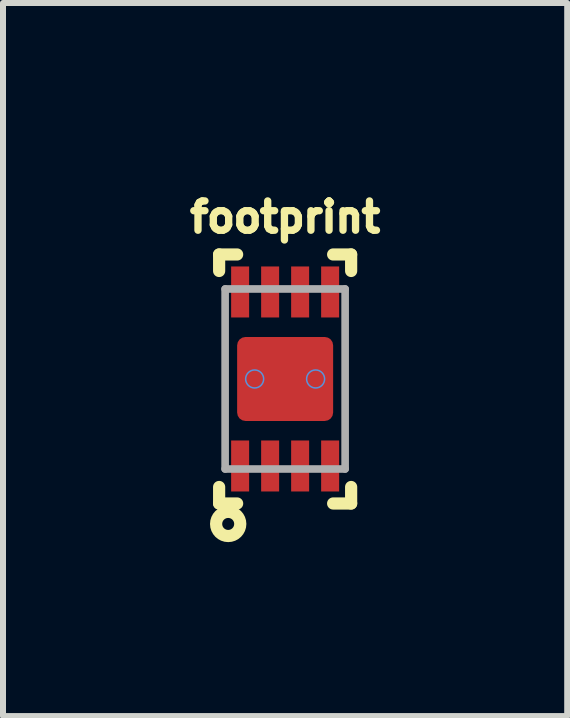
<source format=kicad_pcb>
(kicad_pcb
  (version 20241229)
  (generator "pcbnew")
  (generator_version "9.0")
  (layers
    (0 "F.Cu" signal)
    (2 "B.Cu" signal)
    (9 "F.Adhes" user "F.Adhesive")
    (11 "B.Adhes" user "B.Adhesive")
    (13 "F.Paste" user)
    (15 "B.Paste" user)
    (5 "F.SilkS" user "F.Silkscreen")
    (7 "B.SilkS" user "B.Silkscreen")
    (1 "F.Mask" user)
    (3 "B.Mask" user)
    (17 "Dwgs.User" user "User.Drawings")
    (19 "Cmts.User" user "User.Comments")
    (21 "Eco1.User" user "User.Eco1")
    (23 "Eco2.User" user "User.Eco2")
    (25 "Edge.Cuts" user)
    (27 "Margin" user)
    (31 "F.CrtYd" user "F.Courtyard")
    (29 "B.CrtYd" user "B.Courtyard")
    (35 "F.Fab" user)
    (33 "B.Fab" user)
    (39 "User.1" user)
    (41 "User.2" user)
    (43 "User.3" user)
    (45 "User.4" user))
  (footprint "footprint"
    (layer "F.Cu")
    (at 1.702 3.266)
    (property "Reference" "footprint" (at 0 -2.413 0) (layer "F.SilkS") (effects (font (size 0.488 0.488) (thickness 0.122)) (justify bottom)))
    (fp_line (start -1.1 -2.075) (end -0.8 -2.075) (stroke (width 0.203) (type solid)) (layer "F.SilkS"))
    (fp_line (start -1.1 -1.8) (end -1.1 -2.075) (stroke (width 0.203) (type solid)) (layer "F.SilkS"))
    (fp_line (start -1.1 2.075) (end -1.1 1.8) (stroke (width 0.203) (type solid)) (layer "F.SilkS"))
    (fp_line (start -0.8 2.075) (end -1.1 2.075) (stroke (width 0.203) (type solid)) (layer "F.SilkS"))
    (fp_line (start 0.8 -2.075) (end 1.1 -2.075) (stroke (width 0.203) (type solid)) (layer "F.SilkS"))
    (fp_line (start 1.1 -2.075) (end 1.1 -1.8) (stroke (width 0.203) (type solid)) (layer "F.SilkS"))
    (fp_line (start 1.1 1.8) (end 1.1 2.075) (stroke (width 0.203) (type solid)) (layer "F.SilkS"))
    (fp_line (start 1.1 2.075) (end 0.8 2.075) (stroke (width 0.203) (type solid)) (layer "F.SilkS"))
    (fp_circle (center -0.949 2.416) (end -0.849 2.416) (stroke (width 0.203) (type solid)) (fill no) (layer "F.SilkS"))
    (fp_poly (pts (xy -0.635 0.381) (xy 0.635 0.381) (xy 0.635 -0.381) (xy -0.635 -0.381)) (stroke (width 0) (type solid)) (fill yes) (layer "F.Paste"))
    (fp_circle (center -0.508 0) (end -0.358 0) (stroke (width 0.025) (type solid)) (fill no) (layer "Cmts.User"))
    (fp_circle (center 0.508 0) (end 0.658 0) (stroke (width 0.025) (type solid)) (fill no) (layer "Cmts.User"))
    (fp_line (start -1 -1.5) (end 1 -1.5) (stroke (width 0.127) (type solid)) (layer "F.Fab"))
    (fp_line (start -1 1.5) (end -1 -1.5) (stroke (width 0.127) (type solid)) (layer "F.Fab"))
    (fp_line (start 1 -1.5) (end 1 1.5) (stroke (width 0.127) (type solid)) (layer "F.Fab"))
    (fp_line (start 1 1.5) (end -1 1.5) (stroke (width 0.127) (type solid)) (layer "F.Fab"))
    (pad "1" smd rect (at -0.75 1.45) (size 0.3 0.85) (layers "F.Cu" "F.Mask" "F.Paste"))
    (pad "2" smd rect (at -0.25 1.45) (size 0.3 0.85) (layers "F.Cu" "F.Mask" "F.Paste"))
    (pad "3" smd rect (at 0.25 1.45) (size 0.3 0.85) (layers "F.Cu" "F.Mask" "F.Paste"))
    (pad "4" smd rect (at 0.75 1.45) (size 0.3 0.85) (layers "F.Cu" "F.Mask" "F.Paste"))
    (pad "5" smd rect (at 0.75 -1.45) (size 0.3 0.85) (layers "F.Cu" "F.Mask" "F.Paste"))
    (pad "6" smd rect (at 0.25 -1.45) (size 0.3 0.85) (layers "F.Cu" "F.Mask" "F.Paste"))
    (pad "7" smd rect (at -0.25 -1.45) (size 0.3 0.85) (layers "F.Cu" "F.Mask" "F.Paste"))
    (pad "8" smd rect (at -0.75 -1.45) (size 0.3 0.85) (layers "F.Cu" "F.Mask" "F.Paste"))
    (pad "P" smd roundrect (at 0 0) (size 1.6 1.4) (layers "F.Cu" "F.Mask") (roundrect_rratio 0.1)))
  (gr_rect
    (start -3 -3)
    (end 6.403 8.884)
    (stroke (width 0.1) (type default))
    (fill no)
    (layer "Edge.Cuts")))
</source>
